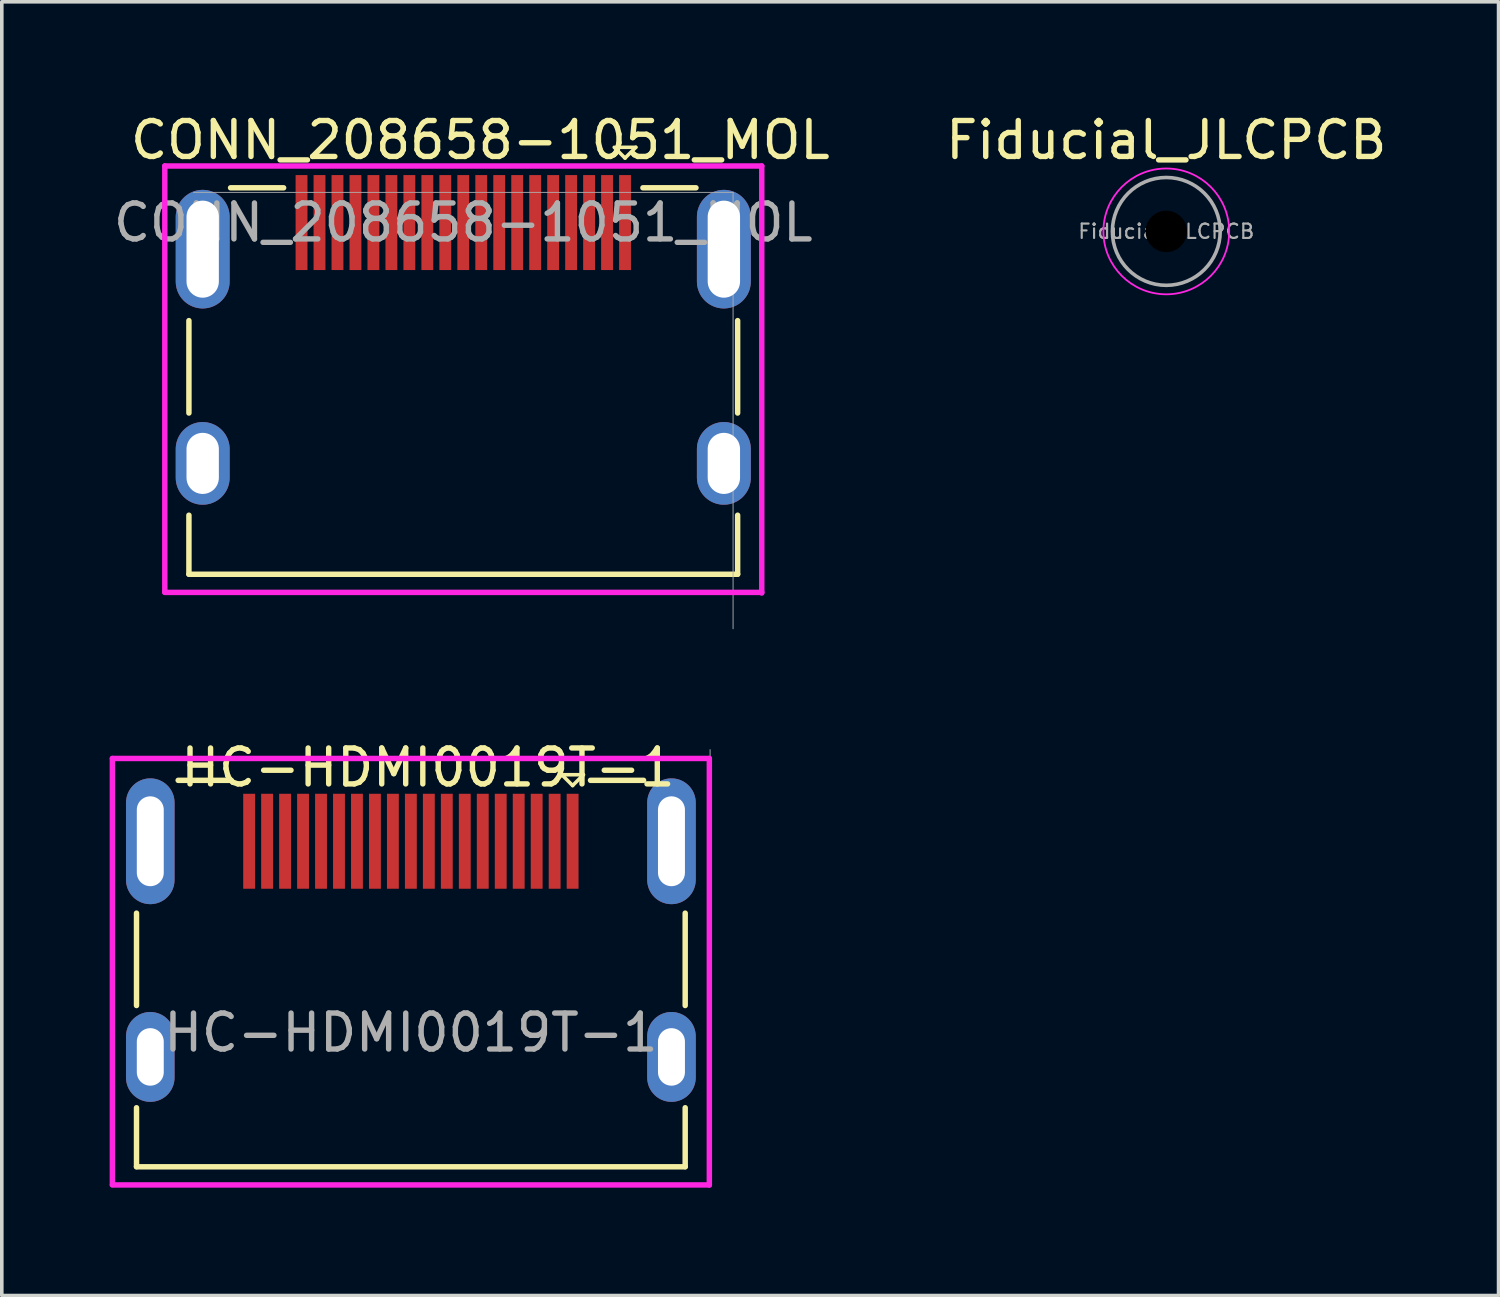
<source format=kicad_pcb>
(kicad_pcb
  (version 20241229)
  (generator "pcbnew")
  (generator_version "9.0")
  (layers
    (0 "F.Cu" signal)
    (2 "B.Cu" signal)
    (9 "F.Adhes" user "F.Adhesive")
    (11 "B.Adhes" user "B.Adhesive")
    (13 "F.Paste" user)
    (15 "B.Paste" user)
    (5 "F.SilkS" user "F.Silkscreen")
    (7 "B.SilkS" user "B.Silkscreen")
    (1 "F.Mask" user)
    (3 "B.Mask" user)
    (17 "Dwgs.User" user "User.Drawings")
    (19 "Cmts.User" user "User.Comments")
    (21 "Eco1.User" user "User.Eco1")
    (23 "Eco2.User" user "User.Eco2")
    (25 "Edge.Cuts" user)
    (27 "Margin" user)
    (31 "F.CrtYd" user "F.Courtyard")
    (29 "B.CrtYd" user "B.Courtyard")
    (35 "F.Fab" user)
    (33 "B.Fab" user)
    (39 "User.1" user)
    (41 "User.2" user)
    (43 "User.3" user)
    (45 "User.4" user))
  (footprint "HC-HDMI0019T-1"
    (layer "F.Cu")
    (at 8.348 23.98)
    (property "Reference" "HC-HDMI0019T-1" (at 0.508 -5.675 0) (unlocked yes) (layer "F.SilkS") (effects (font (size 1 1) (thickness 0.15))))
    (attr smd)
    (fp_line (start -7.6 -1.625) (end -7.6 0.945) (stroke (width 0.152) (type solid)) (layer "F.SilkS"))
    (fp_line (start -7.6 3.789) (end -7.6 5.428) (stroke (width 0.152) (type solid)) (layer "F.SilkS"))
    (fp_line (start -7.6 5.432) (end 7.665 5.432) (stroke (width 0.152) (type solid)) (layer "F.SilkS"))
    (fp_line (start -4.965 -5.32) (end -6.441 -5.32) (stroke (width 0.152) (type solid)) (layer "F.SilkS"))
    (fp_line (start 4.283 -5.475) (end 4.833 -5.475) (stroke (width 0.1) (type default)) (layer "F.SilkS"))
    (fp_line (start 4.533 -5.175) (end 4.233 -5.475) (stroke (width 0.1) (type default)) (layer "F.SilkS"))
    (fp_line (start 4.833 -5.475) (end 4.533 -5.175) (stroke (width 0.1) (type default)) (layer "F.SilkS"))
    (fp_line (start 6.507 -5.32) (end 5.031 -5.32) (stroke (width 0.152) (type solid)) (layer "F.SilkS"))
    (fp_line (start 7.665 0.945) (end 7.665 -1.625) (stroke (width 0.152) (type solid)) (layer "F.SilkS"))
    (fp_line (start 7.665 5.428) (end 7.665 3.789) (stroke (width 0.152) (type solid)) (layer "F.SilkS"))
    (fp_line (start -8.271 -5.928) (end -8.271 5.928) (stroke (width 0.152) (type solid)) (layer "F.CrtYd"))
    (fp_line (start -8.271 5.937) (end 8.337 5.937) (stroke (width 0.152) (type solid)) (layer "F.CrtYd"))
    (fp_line (start 8.337 -5.928) (end -8.271 -5.928) (stroke (width 0.152) (type solid)) (layer "F.CrtYd"))
    (fp_line (start 8.337 5.937) (end 8.337 -5.928) (stroke (width 0.152) (type solid)) (layer "F.CrtYd"))
    (fp_line (start -7.598 5.95) (end 7.413 5.95) (stroke (width 0.025) (type solid)) (layer "F.Fab"))
    (fp_line (start 7.538 -5.925) (end -7.473 -5.925) (stroke (width 0.025) (type solid)) (layer "F.Fab"))
    (fp_line (start 8.358 5.966) (end 8.358 -6.175) (stroke (width 0.025) (type solid)) (layer "F.Fab"))
    (fp_text user "${REFERENCE}" (at 0.033 1.7 0) (unlocked yes) (layer "F.Fab") (effects (font (size 1 1) (thickness 0.15))))
    (pad "1" smd rect (at 4.533 -3.625) (size 0.33 2.642) (layers "F.Cu" "F.Mask" "F.Paste"))
    (pad "2" smd rect (at 4.033 -3.625) (size 0.33 2.642) (layers "F.Cu" "F.Mask" "F.Paste"))
    (pad "3" smd rect (at 3.533 -3.625) (size 0.33 2.642) (layers "F.Cu" "F.Mask" "F.Paste"))
    (pad "4" smd rect (at 3.033 -3.625) (size 0.33 2.642) (layers "F.Cu" "F.Mask" "F.Paste"))
    (pad "5" smd rect (at 2.533 -3.625) (size 0.33 2.642) (layers "F.Cu" "F.Mask" "F.Paste"))
    (pad "6" smd rect (at 2.033 -3.625) (size 0.33 2.642) (layers "F.Cu" "F.Mask" "F.Paste"))
    (pad "7" smd rect (at 1.533 -3.625) (size 0.33 2.642) (layers "F.Cu" "F.Mask" "F.Paste"))
    (pad "8" smd rect (at 1.033 -3.625) (size 0.33 2.642) (layers "F.Cu" "F.Mask" "F.Paste"))
    (pad "9" smd rect (at 0.533 -3.625) (size 0.33 2.642) (layers "F.Cu" "F.Mask" "F.Paste"))
    (pad "10" smd rect (at 0.033 -3.625) (size 0.33 2.642) (layers "F.Cu" "F.Mask" "F.Paste"))
    (pad "11" smd rect (at -0.467 -3.625) (size 0.33 2.642) (layers "F.Cu" "F.Mask" "F.Paste"))
    (pad "12" smd rect (at -0.967 -3.625) (size 0.33 2.642) (layers "F.Cu" "F.Mask" "F.Paste"))
    (pad "13" smd rect (at -1.467 -3.625) (size 0.33 2.642) (layers "F.Cu" "F.Mask" "F.Paste"))
    (pad "14" smd rect (at -1.967 -3.625) (size 0.33 2.642) (layers "F.Cu" "F.Mask" "F.Paste"))
    (pad "15" smd rect (at -2.467 -3.625) (size 0.33 2.642) (layers "F.Cu" "F.Mask" "F.Paste"))
    (pad "16" smd rect (at -2.967 -3.625) (size 0.33 2.642) (layers "F.Cu" "F.Mask" "F.Paste"))
    (pad "17" smd rect (at -3.467 -3.625) (size 0.33 2.642) (layers "F.Cu" "F.Mask" "F.Paste"))
    (pad "18" smd rect (at -3.967 -3.625) (size 0.33 2.642) (layers "F.Cu" "F.Mask" "F.Paste"))
    (pad "19" smd rect (at -4.467 -3.625) (size 0.33 2.642) (layers "F.Cu" "F.Mask" "F.Paste"))
    (pad "SH" thru_hole oval (at -7.217 -3.625) (size 1.35 3.5) (drill oval 0.75 2.5) (layers "*.Cu" "*.Mask"))
    (pad "SH" thru_hole oval (at -7.217 2.375) (size 1.35 2.5) (drill oval 0.75 1.6) (layers "*.Cu" "*.Mask"))
    (pad "SH" thru_hole oval (at 7.283 -3.625) (size 1.35 3.5) (drill oval 0.75 2.5) (layers "*.Cu" "*.Mask"))
    (pad "SH" thru_hole oval (at 7.283 2.375) (size 1.35 2.5) (drill oval 0.75 1.6) (layers "*.Cu" "*.Mask")))
  (footprint "CONN_208658-1051_MOL"
    (layer "F.Cu")
    (at 9.839 8.373)
    (property "Reference" "CONN_208658-1051_MOL" (at 0.475 -7.525 0) (unlocked yes) (layer "F.SilkS") (effects (font (size 1 1) (thickness 0.15))))
    (attr smd)
    (fp_line (start -7.633 -2.503) (end -7.633 0.068) (stroke (width 0.152) (type solid)) (layer "F.SilkS"))
    (fp_line (start -7.633 2.911) (end -7.633 4.55) (stroke (width 0.152) (type solid)) (layer "F.SilkS"))
    (fp_line (start -7.633 4.554) (end 7.633 4.554) (stroke (width 0.152) (type solid)) (layer "F.SilkS"))
    (fp_line (start -4.998 -6.198) (end -6.474 -6.198) (stroke (width 0.152) (type solid)) (layer "F.SilkS"))
    (fp_line (start 4.25 -7.325) (end 4.8 -7.325) (stroke (width 0.1) (type default)) (layer "F.SilkS"))
    (fp_line (start 4.5 -7.025) (end 4.2 -7.325) (stroke (width 0.1) (type default)) (layer "F.SilkS"))
    (fp_line (start 4.8 -7.325) (end 4.5 -7.025) (stroke (width 0.1) (type default)) (layer "F.SilkS"))
    (fp_line (start 6.474 -6.198) (end 4.998 -6.198) (stroke (width 0.152) (type solid)) (layer "F.SilkS"))
    (fp_line (start 7.633 0.068) (end 7.633 -2.503) (stroke (width 0.152) (type solid)) (layer "F.SilkS"))
    (fp_line (start 7.633 4.55) (end 7.633 2.911) (stroke (width 0.152) (type solid)) (layer "F.SilkS"))
    (fp_line (start -8.304 -6.805) (end -8.304 5.05) (stroke (width 0.152) (type solid)) (layer "F.CrtYd"))
    (fp_line (start -8.304 5.059) (end 8.304 5.059) (stroke (width 0.152) (type solid)) (layer "F.CrtYd"))
    (fp_line (start 8.304 -6.805) (end -8.304 -6.805) (stroke (width 0.152) (type solid)) (layer "F.CrtYd"))
    (fp_line (start 8.304 5.075) (end 8.304 -6.805) (stroke (width 0.152) (type solid)) (layer "F.CrtYd"))
    (fp_line (start -7.506 5.059) (end 7.506 5.059) (stroke (width 0.025) (type solid)) (layer "F.Fab"))
    (fp_line (start 7.506 -6.071) (end -7.506 -6.071) (stroke (width 0.025) (type solid)) (layer "F.Fab"))
    (fp_line (start 7.506 6.071) (end 7.506 -6.071) (stroke (width 0.025) (type solid)) (layer "F.Fab"))
    (fp_text user "${REFERENCE}" (at 0 -5.231 0) (unlocked yes) (layer "F.Fab") (effects (font (size 1 1) (thickness 0.15))))
    (pad "1" smd rect (at 4.5 -5.231) (size 0.33 2.642) (layers "F.Cu" "F.Mask" "F.Paste"))
    (pad "2" smd rect (at 4 -5.231) (size 0.33 2.642) (layers "F.Cu" "F.Mask" "F.Paste"))
    (pad "3" smd rect (at 3.5 -5.231) (size 0.33 2.642) (layers "F.Cu" "F.Mask" "F.Paste"))
    (pad "4" smd rect (at 3 -5.231) (size 0.33 2.642) (layers "F.Cu" "F.Mask" "F.Paste"))
    (pad "5" smd rect (at 2.5 -5.231) (size 0.33 2.642) (layers "F.Cu" "F.Mask" "F.Paste"))
    (pad "6" smd rect (at 2 -5.231) (size 0.33 2.642) (layers "F.Cu" "F.Mask" "F.Paste"))
    (pad "7" smd rect (at 1.5 -5.231) (size 0.33 2.642) (layers "F.Cu" "F.Mask" "F.Paste"))
    (pad "8" smd rect (at 1 -5.231) (size 0.33 2.642) (layers "F.Cu" "F.Mask" "F.Paste"))
    (pad "9" smd rect (at 0.5 -5.231) (size 0.33 2.642) (layers "F.Cu" "F.Mask" "F.Paste"))
    (pad "10" smd rect (at 0 -5.231) (size 0.33 2.642) (layers "F.Cu" "F.Mask" "F.Paste"))
    (pad "11" smd rect (at -0.5 -5.231) (size 0.33 2.642) (layers "F.Cu" "F.Mask" "F.Paste"))
    (pad "12" smd rect (at -1 -5.231) (size 0.33 2.642) (layers "F.Cu" "F.Mask" "F.Paste"))
    (pad "13" smd rect (at -1.5 -5.231) (size 0.33 2.642) (layers "F.Cu" "F.Mask" "F.Paste"))
    (pad "14" smd rect (at -2 -5.231) (size 0.33 2.642) (layers "F.Cu" "F.Mask" "F.Paste"))
    (pad "15" smd rect (at -2.5 -5.231) (size 0.33 2.642) (layers "F.Cu" "F.Mask" "F.Paste"))
    (pad "16" smd rect (at -3 -5.231) (size 0.33 2.642) (layers "F.Cu" "F.Mask" "F.Paste"))
    (pad "17" smd rect (at -3.5 -5.231) (size 0.33 2.642) (layers "F.Cu" "F.Mask" "F.Paste"))
    (pad "18" smd rect (at -4 -5.231) (size 0.33 2.642) (layers "F.Cu" "F.Mask" "F.Paste"))
    (pad "19" smd rect (at -4.5 -5.231) (size 0.33 2.642) (layers "F.Cu" "F.Mask" "F.Paste"))
    (pad "SH" thru_hole oval (at -7.25 -4.491) (size 1.5 3.3) (drill oval 0.9 2.7) (layers "*.Cu" "*.Mask"))
    (pad "SH" thru_hole oval (at -7.25 1.469) (size 1.5 2.3) (drill oval 0.9 1.7) (layers "*.Cu" "*.Mask"))
    (pad "SH" thru_hole oval (at 7.25 -4.491) (size 1.5 3.3) (drill oval 0.9 2.7) (layers "*.Cu" "*.Mask"))
    (pad "SH" thru_hole oval (at 7.25 1.469) (size 1.5 2.3) (drill oval 0.9 1.7) (layers "*.Cu" "*.Mask")))
  (footprint "Fiducial_JLCPCB"
    (layer "F.Cu")
    (at 29.398 3.388)
    (property "Reference" "Fiducial_JLCPCB" (at 0 -2.54 0) (layer "F.SilkS") (effects (font (size 1 1) (thickness 0.15))))
    (attr smd)
    (fp_circle (center 0 0) (end 1.75 0) (stroke (width 0.05) (type solid)) (fill no) (layer "F.CrtYd"))
    (fp_circle (center 0 0) (end 1.5 0) (stroke (width 0.1) (type solid)) (fill no) (layer "F.Fab"))
    (fp_text user "${REFERENCE}" (at 0 0 0) (layer "F.Fab") (effects (font (size 0.4 0.4) (thickness 0.06))))
    (pad "" np_thru_hole circle (at 0 0 180) (size 1.152 1.152) (drill 1.152) (layers "*.Mask")))
  (gr_rect
    (start -3 -3)
    (end 38.642 32.993)
    (stroke (width 0.1) (type default))
    (fill no)
    (layer "Edge.Cuts")))
</source>
